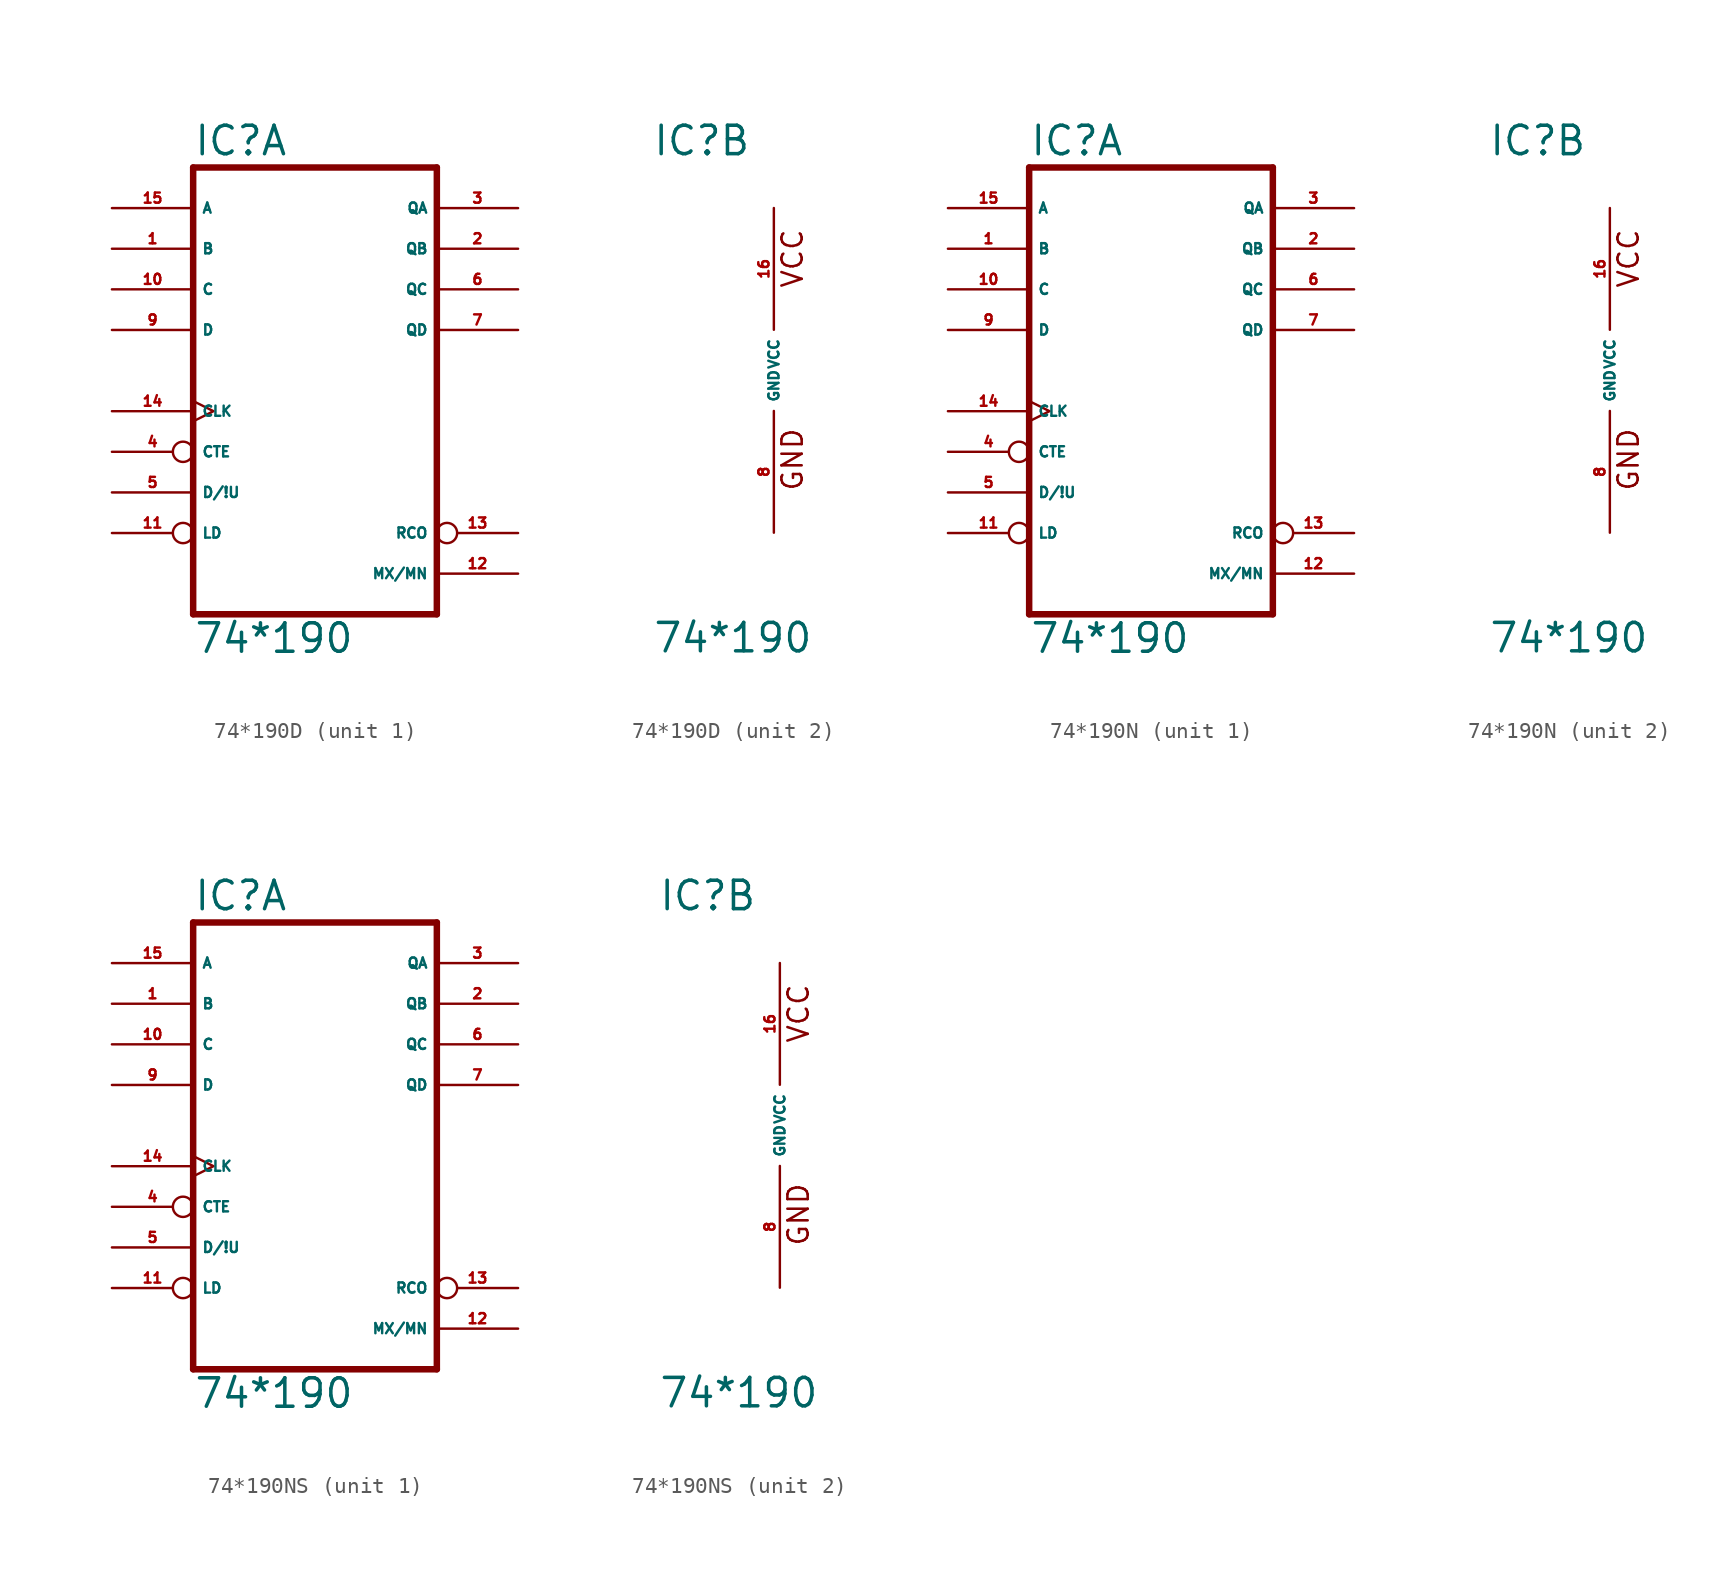
<source format=kicad_sym>
(kicad_symbol_lib
  (version 20220914)
  (generator Eagle2Kicad)
  (symbol "74*190D"
    (property "Reference" "IC"
      (at -7.62 13.335 0)
      (effects (font (size 1.778 1.778) (thickness 0.22)) (justify left bottom)))
    (property "Value" "74*190"
      (at -7.62 -17.78 0)
      (effects (font (size 1.778 1.778) (thickness 0.22)) (justify left bottom)))
    (symbol "74*190D_1_0"
      (polyline (pts (xy -7.62 -15.24) (xy 7.62 -15.24)) (stroke (width 0.406) (type default)) (fill (type none)))
      (polyline (pts (xy 7.62 -15.24) (xy 7.62 12.7)) (stroke (width 0.406) (type default)) (fill (type none)))
      (polyline (pts (xy 7.62 12.7) (xy -7.62 12.7)) (stroke (width 0.406) (type default)) (fill (type none)))
      (polyline (pts (xy -7.62 12.7) (xy -7.62 -15.24)) (stroke (width 0.406) (type default)) (fill (type none)))
      (pin input line (at -12.7 7.62 0) (length 5.08) (name "B" (effects (font (size 0.635 0.635) (thickness 0.08)) (justify left bottom))) (number "1" (effects (font (size 0.635 0.635) (thickness 0.08)) (justify left bottom))))
      (pin output line (at 12.7 7.62 180) (length 5.08) (name "QB" (effects (font (size 0.635 0.635) (thickness 0.08)) (justify left bottom))) (number "2" (effects (font (size 0.635 0.635) (thickness 0.08)) (justify left bottom))))
      (pin output line (at 12.7 10.16 180) (length 5.08) (name "QA" (effects (font (size 0.635 0.635) (thickness 0.08)) (justify left bottom))) (number "3" (effects (font (size 0.635 0.635) (thickness 0.08)) (justify left bottom))))
      (pin input inverted (at -12.7 -5.08 0) (length 5.08) (name "CTE" (effects (font (size 0.635 0.635) (thickness 0.08)) (justify left bottom))) (number "4" (effects (font (size 0.635 0.635) (thickness 0.08)) (justify left bottom))))
      (pin input line (at -12.7 -7.62 0) (length 5.08) (name "D/!U" (effects (font (size 0.635 0.635) (thickness 0.08)) (justify left bottom))) (number "5" (effects (font (size 0.635 0.635) (thickness 0.08)) (justify left bottom))))
      (pin output line (at 12.7 5.08 180) (length 5.08) (name "QC" (effects (font (size 0.635 0.635) (thickness 0.08)) (justify left bottom))) (number "6" (effects (font (size 0.635 0.635) (thickness 0.08)) (justify left bottom))))
      (pin output line (at 12.7 2.54 180) (length 5.08) (name "QD" (effects (font (size 0.635 0.635) (thickness 0.08)) (justify left bottom))) (number "7" (effects (font (size 0.635 0.635) (thickness 0.08)) (justify left bottom))))
      (pin input line (at -12.7 2.54 0) (length 5.08) (name "D" (effects (font (size 0.635 0.635) (thickness 0.08)) (justify left bottom))) (number "9" (effects (font (size 0.635 0.635) (thickness 0.08)) (justify left bottom))))
      (pin input line (at -12.7 5.08 0) (length 5.08) (name "C" (effects (font (size 0.635 0.635) (thickness 0.08)) (justify left bottom))) (number "10" (effects (font (size 0.635 0.635) (thickness 0.08)) (justify left bottom))))
      (pin input inverted (at -12.7 -10.16 0) (length 5.08) (name "LD" (effects (font (size 0.635 0.635) (thickness 0.08)) (justify left bottom))) (number "11" (effects (font (size 0.635 0.635) (thickness 0.08)) (justify left bottom))))
      (pin output line (at 12.7 -12.7 180) (length 5.08) (name "MX/MN" (effects (font (size 0.635 0.635) (thickness 0.08)) (justify left bottom))) (number "12" (effects (font (size 0.635 0.635) (thickness 0.08)) (justify left bottom))))
      (pin output inverted (at 12.7 -10.16 180) (length 5.08) (name "RCO" (effects (font (size 0.635 0.635) (thickness 0.08)) (justify left bottom))) (number "13" (effects (font (size 0.635 0.635) (thickness 0.08)) (justify left bottom))))
      (pin input clock (at -12.7 -2.54 0) (length 5.08) (name "CLK" (effects (font (size 0.635 0.635) (thickness 0.08)) (justify left bottom))) (number "14" (effects (font (size 0.635 0.635) (thickness 0.08)) (justify left bottom))))
      (pin input line (at -12.7 10.16 0) (length 5.08) (name "A" (effects (font (size 0.635 0.635) (thickness 0.08)) (justify left bottom))) (number "15" (effects (font (size 0.635 0.635) (thickness 0.08)) (justify left bottom)))))
    (symbol "74*190D_2_0"
      (text "GND" (at 1.905 -7.62 900) (effects (font (size 1.27 1.27) (thickness 0.16)) (justify left bottom)))
      (text "VCC" (at 1.905 5.08 900) (effects (font (size 1.27 1.27) (thickness 0.16)) (justify left bottom)))
      (pin unspecified line (at 0 -10.16 90) (length 7.62) (name "GND" (effects (font (size 0.635 0.635) (thickness 0.08)) (justify left bottom))) (number "8" (effects (font (size 0.635 0.635) (thickness 0.08)) (justify left bottom))))
      (pin unspecified line (at 0 10.16 270) (length 7.62) (name "VCC" (effects (font (size 0.635 0.635) (thickness 0.08)) (justify left bottom))) (number "16" (effects (font (size 0.635 0.635) (thickness 0.08)) (justify left bottom))))))
  (symbol "74*190N"
    (property "Reference" "IC"
      (at -7.62 13.335 0)
      (effects (font (size 1.778 1.778) (thickness 0.22)) (justify left bottom)))
    (property "Value" "74*190"
      (at -7.62 -17.78 0)
      (effects (font (size 1.778 1.778) (thickness 0.22)) (justify left bottom)))
    (symbol "74*190N_1_0"
      (polyline (pts (xy -7.62 -15.24) (xy 7.62 -15.24)) (stroke (width 0.406) (type default)) (fill (type none)))
      (polyline (pts (xy 7.62 -15.24) (xy 7.62 12.7)) (stroke (width 0.406) (type default)) (fill (type none)))
      (polyline (pts (xy 7.62 12.7) (xy -7.62 12.7)) (stroke (width 0.406) (type default)) (fill (type none)))
      (polyline (pts (xy -7.62 12.7) (xy -7.62 -15.24)) (stroke (width 0.406) (type default)) (fill (type none)))
      (pin input line (at -12.7 7.62 0) (length 5.08) (name "B" (effects (font (size 0.635 0.635) (thickness 0.08)) (justify left bottom))) (number "1" (effects (font (size 0.635 0.635) (thickness 0.08)) (justify left bottom))))
      (pin output line (at 12.7 7.62 180) (length 5.08) (name "QB" (effects (font (size 0.635 0.635) (thickness 0.08)) (justify left bottom))) (number "2" (effects (font (size 0.635 0.635) (thickness 0.08)) (justify left bottom))))
      (pin output line (at 12.7 10.16 180) (length 5.08) (name "QA" (effects (font (size 0.635 0.635) (thickness 0.08)) (justify left bottom))) (number "3" (effects (font (size 0.635 0.635) (thickness 0.08)) (justify left bottom))))
      (pin input inverted (at -12.7 -5.08 0) (length 5.08) (name "CTE" (effects (font (size 0.635 0.635) (thickness 0.08)) (justify left bottom))) (number "4" (effects (font (size 0.635 0.635) (thickness 0.08)) (justify left bottom))))
      (pin input line (at -12.7 -7.62 0) (length 5.08) (name "D/!U" (effects (font (size 0.635 0.635) (thickness 0.08)) (justify left bottom))) (number "5" (effects (font (size 0.635 0.635) (thickness 0.08)) (justify left bottom))))
      (pin output line (at 12.7 5.08 180) (length 5.08) (name "QC" (effects (font (size 0.635 0.635) (thickness 0.08)) (justify left bottom))) (number "6" (effects (font (size 0.635 0.635) (thickness 0.08)) (justify left bottom))))
      (pin output line (at 12.7 2.54 180) (length 5.08) (name "QD" (effects (font (size 0.635 0.635) (thickness 0.08)) (justify left bottom))) (number "7" (effects (font (size 0.635 0.635) (thickness 0.08)) (justify left bottom))))
      (pin input line (at -12.7 2.54 0) (length 5.08) (name "D" (effects (font (size 0.635 0.635) (thickness 0.08)) (justify left bottom))) (number "9" (effects (font (size 0.635 0.635) (thickness 0.08)) (justify left bottom))))
      (pin input line (at -12.7 5.08 0) (length 5.08) (name "C" (effects (font (size 0.635 0.635) (thickness 0.08)) (justify left bottom))) (number "10" (effects (font (size 0.635 0.635) (thickness 0.08)) (justify left bottom))))
      (pin input inverted (at -12.7 -10.16 0) (length 5.08) (name "LD" (effects (font (size 0.635 0.635) (thickness 0.08)) (justify left bottom))) (number "11" (effects (font (size 0.635 0.635) (thickness 0.08)) (justify left bottom))))
      (pin output line (at 12.7 -12.7 180) (length 5.08) (name "MX/MN" (effects (font (size 0.635 0.635) (thickness 0.08)) (justify left bottom))) (number "12" (effects (font (size 0.635 0.635) (thickness 0.08)) (justify left bottom))))
      (pin output inverted (at 12.7 -10.16 180) (length 5.08) (name "RCO" (effects (font (size 0.635 0.635) (thickness 0.08)) (justify left bottom))) (number "13" (effects (font (size 0.635 0.635) (thickness 0.08)) (justify left bottom))))
      (pin input clock (at -12.7 -2.54 0) (length 5.08) (name "CLK" (effects (font (size 0.635 0.635) (thickness 0.08)) (justify left bottom))) (number "14" (effects (font (size 0.635 0.635) (thickness 0.08)) (justify left bottom))))
      (pin input line (at -12.7 10.16 0) (length 5.08) (name "A" (effects (font (size 0.635 0.635) (thickness 0.08)) (justify left bottom))) (number "15" (effects (font (size 0.635 0.635) (thickness 0.08)) (justify left bottom)))))
    (symbol "74*190N_2_0"
      (text "GND" (at 1.905 -7.62 900) (effects (font (size 1.27 1.27) (thickness 0.16)) (justify left bottom)))
      (text "VCC" (at 1.905 5.08 900) (effects (font (size 1.27 1.27) (thickness 0.16)) (justify left bottom)))
      (pin unspecified line (at 0 -10.16 90) (length 7.62) (name "GND" (effects (font (size 0.635 0.635) (thickness 0.08)) (justify left bottom))) (number "8" (effects (font (size 0.635 0.635) (thickness 0.08)) (justify left bottom))))
      (pin unspecified line (at 0 10.16 270) (length 7.62) (name "VCC" (effects (font (size 0.635 0.635) (thickness 0.08)) (justify left bottom))) (number "16" (effects (font (size 0.635 0.635) (thickness 0.08)) (justify left bottom))))))
  (symbol "74*190NS"
    (property "Reference" "IC"
      (at -7.62 13.335 0)
      (effects (font (size 1.778 1.778) (thickness 0.22)) (justify left bottom)))
    (property "Value" "74*190"
      (at -7.62 -17.78 0)
      (effects (font (size 1.778 1.778) (thickness 0.22)) (justify left bottom)))
    (symbol "74*190NS_1_0"
      (polyline (pts (xy -7.62 -15.24) (xy 7.62 -15.24)) (stroke (width 0.406) (type default)) (fill (type none)))
      (polyline (pts (xy 7.62 -15.24) (xy 7.62 12.7)) (stroke (width 0.406) (type default)) (fill (type none)))
      (polyline (pts (xy 7.62 12.7) (xy -7.62 12.7)) (stroke (width 0.406) (type default)) (fill (type none)))
      (polyline (pts (xy -7.62 12.7) (xy -7.62 -15.24)) (stroke (width 0.406) (type default)) (fill (type none)))
      (pin input line (at -12.7 7.62 0) (length 5.08) (name "B" (effects (font (size 0.635 0.635) (thickness 0.08)) (justify left bottom))) (number "1" (effects (font (size 0.635 0.635) (thickness 0.08)) (justify left bottom))))
      (pin output line (at 12.7 7.62 180) (length 5.08) (name "QB" (effects (font (size 0.635 0.635) (thickness 0.08)) (justify left bottom))) (number "2" (effects (font (size 0.635 0.635) (thickness 0.08)) (justify left bottom))))
      (pin output line (at 12.7 10.16 180) (length 5.08) (name "QA" (effects (font (size 0.635 0.635) (thickness 0.08)) (justify left bottom))) (number "3" (effects (font (size 0.635 0.635) (thickness 0.08)) (justify left bottom))))
      (pin input inverted (at -12.7 -5.08 0) (length 5.08) (name "CTE" (effects (font (size 0.635 0.635) (thickness 0.08)) (justify left bottom))) (number "4" (effects (font (size 0.635 0.635) (thickness 0.08)) (justify left bottom))))
      (pin input line (at -12.7 -7.62 0) (length 5.08) (name "D/!U" (effects (font (size 0.635 0.635) (thickness 0.08)) (justify left bottom))) (number "5" (effects (font (size 0.635 0.635) (thickness 0.08)) (justify left bottom))))
      (pin output line (at 12.7 5.08 180) (length 5.08) (name "QC" (effects (font (size 0.635 0.635) (thickness 0.08)) (justify left bottom))) (number "6" (effects (font (size 0.635 0.635) (thickness 0.08)) (justify left bottom))))
      (pin output line (at 12.7 2.54 180) (length 5.08) (name "QD" (effects (font (size 0.635 0.635) (thickness 0.08)) (justify left bottom))) (number "7" (effects (font (size 0.635 0.635) (thickness 0.08)) (justify left bottom))))
      (pin input line (at -12.7 2.54 0) (length 5.08) (name "D" (effects (font (size 0.635 0.635) (thickness 0.08)) (justify left bottom))) (number "9" (effects (font (size 0.635 0.635) (thickness 0.08)) (justify left bottom))))
      (pin input line (at -12.7 5.08 0) (length 5.08) (name "C" (effects (font (size 0.635 0.635) (thickness 0.08)) (justify left bottom))) (number "10" (effects (font (size 0.635 0.635) (thickness 0.08)) (justify left bottom))))
      (pin input inverted (at -12.7 -10.16 0) (length 5.08) (name "LD" (effects (font (size 0.635 0.635) (thickness 0.08)) (justify left bottom))) (number "11" (effects (font (size 0.635 0.635) (thickness 0.08)) (justify left bottom))))
      (pin output line (at 12.7 -12.7 180) (length 5.08) (name "MX/MN" (effects (font (size 0.635 0.635) (thickness 0.08)) (justify left bottom))) (number "12" (effects (font (size 0.635 0.635) (thickness 0.08)) (justify left bottom))))
      (pin output inverted (at 12.7 -10.16 180) (length 5.08) (name "RCO" (effects (font (size 0.635 0.635) (thickness 0.08)) (justify left bottom))) (number "13" (effects (font (size 0.635 0.635) (thickness 0.08)) (justify left bottom))))
      (pin input clock (at -12.7 -2.54 0) (length 5.08) (name "CLK" (effects (font (size 0.635 0.635) (thickness 0.08)) (justify left bottom))) (number "14" (effects (font (size 0.635 0.635) (thickness 0.08)) (justify left bottom))))
      (pin input line (at -12.7 10.16 0) (length 5.08) (name "A" (effects (font (size 0.635 0.635) (thickness 0.08)) (justify left bottom))) (number "15" (effects (font (size 0.635 0.635) (thickness 0.08)) (justify left bottom)))))
    (symbol "74*190NS_2_0"
      (text "GND" (at 1.905 -7.62 900) (effects (font (size 1.27 1.27) (thickness 0.16)) (justify left bottom)))
      (text "VCC" (at 1.905 5.08 900) (effects (font (size 1.27 1.27) (thickness 0.16)) (justify left bottom)))
      (pin unspecified line (at 0 -10.16 90) (length 7.62) (name "GND" (effects (font (size 0.635 0.635) (thickness 0.08)) (justify left bottom))) (number "8" (effects (font (size 0.635 0.635) (thickness 0.08)) (justify left bottom))))
      (pin unspecified line (at 0 10.16 270) (length 7.62) (name "VCC" (effects (font (size 0.635 0.635) (thickness 0.08)) (justify left bottom))) (number "16" (effects (font (size 0.635 0.635) (thickness 0.08)) (justify left bottom)))))))
</source>
